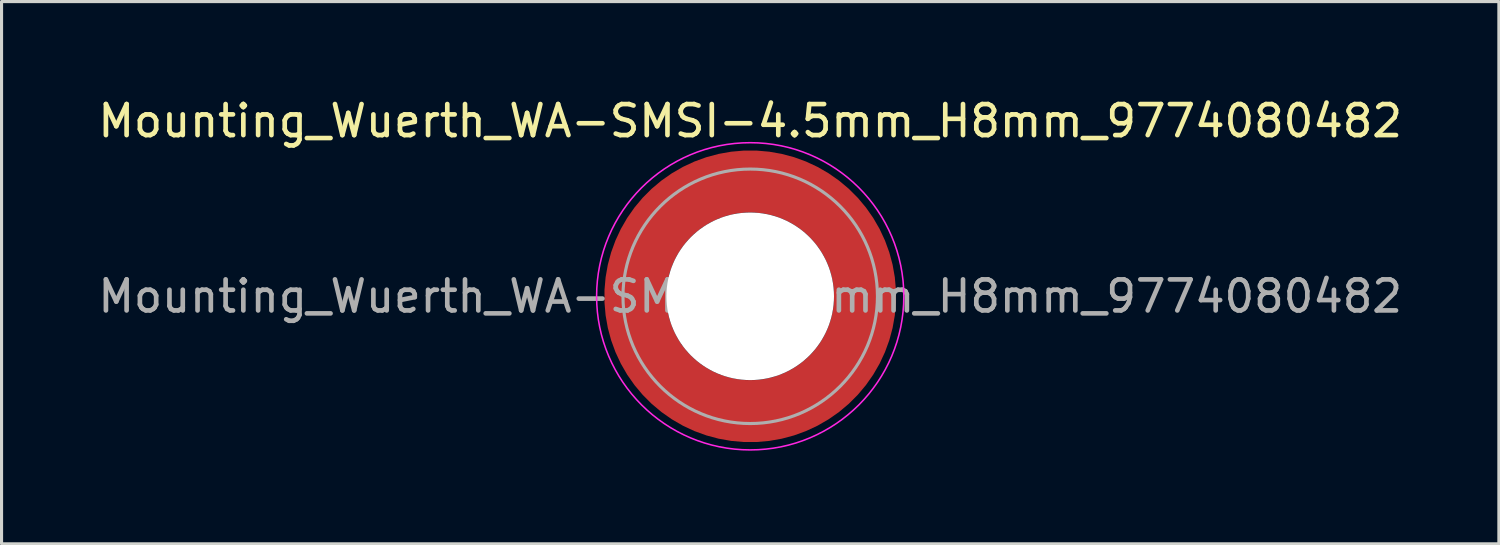
<source format=kicad_pcb>
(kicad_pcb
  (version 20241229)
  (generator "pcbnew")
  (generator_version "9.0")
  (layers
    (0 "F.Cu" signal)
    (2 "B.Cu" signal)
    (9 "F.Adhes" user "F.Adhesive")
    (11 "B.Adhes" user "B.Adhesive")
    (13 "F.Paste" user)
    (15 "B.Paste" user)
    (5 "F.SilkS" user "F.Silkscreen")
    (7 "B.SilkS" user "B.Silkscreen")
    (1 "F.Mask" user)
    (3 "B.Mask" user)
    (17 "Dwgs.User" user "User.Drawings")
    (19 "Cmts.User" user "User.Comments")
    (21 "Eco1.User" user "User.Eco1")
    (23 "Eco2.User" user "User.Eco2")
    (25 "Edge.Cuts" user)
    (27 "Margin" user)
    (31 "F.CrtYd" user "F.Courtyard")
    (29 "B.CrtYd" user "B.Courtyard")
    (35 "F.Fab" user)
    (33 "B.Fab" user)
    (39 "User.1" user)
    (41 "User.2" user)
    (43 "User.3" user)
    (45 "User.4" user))
  (footprint "Mounting_Wuerth_WA-SMSI-4.5mm_H8mm_9774080482"
    (layer "F.Cu")
    (at 21.125 6.498)
    (property "Reference" "Mounting_Wuerth_WA-SMSI-4.5mm_H8mm_9774080482" (at 0 -5.65 0) (layer "F.SilkS") (effects (font (size 1 1) (thickness 0.15))))
    (attr smd allow_soldermask_bridges)
    (fp_circle (center 0 0) (end 4.95 0) (stroke (width 0.05) (type solid)) (fill no) (layer "F.CrtYd"))
    (fp_circle (center 0 0) (end 4.1 0) (stroke (width 0.1) (type solid)) (fill no) (layer "F.Fab"))
    (fp_text user "${REFERENCE}" (at 0 0 0) (layer "F.Fab") (effects (font (size 1 1) (thickness 0.15))))
    (pad "" smd custom (at -2.607 -2.607) (size 0.948 0.948) (layers "F.Paste") (options (anchor circle)) (primitives (gr_arc (start -0.188183 2.107456) (mid 0.599273 0.599273) (end 2.107456 -0.188183) (width 0.2)) (gr_arc (start -0.289416 2.107456) (mid 0.52877 0.52877) (end 2.107456 -0.289416) (width 0.2)) (gr_arc (start -0.390547 2.107456) (mid 0.458268 0.458268) (end 2.107456 -0.390547) (width 0.2)) (gr_arc (start -0.491585 2.107456) (mid 0.387765 0.387765) (end 2.107456 -0.491585) (width 0.2)) (gr_arc (start -0.59254 2.107456) (mid 0.317262 0.317262) (end 2.107456 -0.59254) (width 0.2)) (gr_arc (start -0.693419 2.107456) (mid 0.246759 0.246759) (end 2.107456 -0.693419) (width 0.2)) (gr_arc (start -0.794229 2.107456) (mid 0.176257 0.176257) (end 2.107456 -0.794229) (width 0.2)) (gr_arc (start -0.894975 2.107456) (mid 0.105754 0.105754) (end 2.107456 -0.894975) (width 0.2)) (gr_arc (start -0.995664 2.107456) (mid 0.035251 0.035251) (end 2.107456 -0.995664) (width 0.2)) (gr_arc (start -1.0963 2.107456) (mid -0.035251 -0.035251) (end 2.107456 -1.0963) (width 0.2)) (gr_arc (start -1.196886 2.107456) (mid -0.105754 -0.105754) (end 2.107456 -1.196886) (width 0.2)) (gr_arc (start -1.297427 2.107456) (mid -0.176257 -0.176257) (end 2.107456 -1.297427) (width 0.2)) (gr_arc (start -1.397927 2.107456) (mid -0.246759 -0.246759) (end 2.107456 -1.397927) (width 0.2)) (gr_arc (start -1.498388 2.107456) (mid -0.317262 -0.317262) (end 2.107456 -1.498388) (width 0.2)) (gr_arc (start -1.598813 2.107456) (mid -0.387765 -0.387765) (end 2.107456 -1.598813) (width 0.2)) (gr_arc (start -1.699204 2.107456) (mid -0.458268 -0.458268) (end 2.107456 -1.699204) (width 0.2)) (gr_arc (start -1.799565 2.107456) (mid -0.52877 -0.52877) (end 2.107456 -1.799565) (width 0.2)) (gr_arc (start -1.899896 2.107456) (mid -0.599273 -0.599273) (end 2.107456 -1.899896) (width 0.2)) (gr_arc (start -1.899896 2.107456) (mid -0.599273 -0.599273) (end 2.107456 -1.899896) (width 0.2)) (gr_line (start 2.107 -0.188) (end 2.107 -1.9) (width 0.2)) (gr_line (start -0.188 2.107) (end -1.9 2.107) (width 0.2))))
    (pad "" smd custom (at -2.607 2.607) (size 0.948 0.948) (layers "F.Paste") (options (anchor circle)) (primitives (gr_arc (start 2.107456 0.188183) (mid 0.599273 -0.599273) (end -0.188183 -2.107456) (width 0.2)) (gr_arc (start 2.107456 0.289416) (mid 0.52877 -0.52877) (end -0.289416 -2.107456) (width 0.2)) (gr_arc (start 2.107456 0.390547) (mid 0.458268 -0.458268) (end -0.390547 -2.107456) (width 0.2)) (gr_arc (start 2.107456 0.491585) (mid 0.387765 -0.387765) (end -0.491585 -2.107456) (width 0.2)) (gr_arc (start 2.107456 0.59254) (mid 0.317262 -0.317262) (end -0.59254 -2.107456) (width 0.2)) (gr_arc (start 2.107456 0.693419) (mid 0.246759 -0.246759) (end -0.693419 -2.107456) (width 0.2)) (gr_arc (start 2.107456 0.794229) (mid 0.176257 -0.176257) (end -0.794229 -2.107456) (width 0.2)) (gr_arc (start 2.107456 0.894975) (mid 0.105754 -0.105754) (end -0.894975 -2.107456) (width 0.2)) (gr_arc (start 2.107456 0.995664) (mid 0.035251 -0.035251) (end -0.995664 -2.107456) (width 0.2)) (gr_arc (start 2.107456 1.0963) (mid -0.035251 0.035251) (end -1.0963 -2.107456) (width 0.2)) (gr_arc (start 2.107456 1.196886) (mid -0.105754 0.105754) (end -1.196886 -2.107456) (width 0.2)) (gr_arc (start 2.107456 1.297427) (mid -0.176257 0.176257) (end -1.297427 -2.107456) (width 0.2)) (gr_arc (start 2.107456 1.397927) (mid -0.246759 0.246759) (end -1.397927 -2.107456) (width 0.2)) (gr_arc (start 2.107456 1.498388) (mid -0.317262 0.317262) (end -1.498388 -2.107456) (width 0.2)) (gr_arc (start 2.107456 1.598813) (mid -0.387765 0.387765) (end -1.598813 -2.107456) (width 0.2)) (gr_arc (start 2.107456 1.699204) (mid -0.458268 0.458268) (end -1.699204 -2.107456) (width 0.2)) (gr_arc (start 2.107456 1.799565) (mid -0.52877 0.52877) (end -1.799565 -2.107456) (width 0.2)) (gr_arc (start 2.107456 1.899896) (mid -0.599273 0.599273) (end -1.899896 -2.107456) (width 0.2)) (gr_arc (start 2.107456 1.899896) (mid -0.599273 0.599273) (end -1.899896 -2.107456) (width 0.2)) (gr_line (start -0.188 -2.107) (end -1.9 -2.107) (width 0.2)) (gr_line (start 2.107 0.188) (end 2.107 1.9) (width 0.2))))
    (pad "" np_thru_hole circle (at 0 0) (size 5.4 5.4) (drill 5.4) (layers "*.Cu" "*.Mask"))
    (pad "" smd custom (at 2.607 -2.607) (size 0.948 0.948) (layers "F.Paste") (options (anchor circle)) (primitives (gr_arc (start -2.107456 -0.188183) (mid -0.599273 0.599273) (end 0.188183 2.107456) (width 0.2)) (gr_arc (start -2.107456 -0.289416) (mid -0.52877 0.52877) (end 0.289416 2.107456) (width 0.2)) (gr_arc (start -2.107456 -0.390547) (mid -0.458268 0.458268) (end 0.390547 2.107456) (width 0.2)) (gr_arc (start -2.107456 -0.491585) (mid -0.387765 0.387765) (end 0.491585 2.107456) (width 0.2)) (gr_arc (start -2.107456 -0.59254) (mid -0.317262 0.317262) (end 0.59254 2.107456) (width 0.2)) (gr_arc (start -2.107456 -0.693419) (mid -0.246759 0.246759) (end 0.693419 2.107456) (width 0.2)) (gr_arc (start -2.107456 -0.794229) (mid -0.176257 0.176257) (end 0.794229 2.107456) (width 0.2)) (gr_arc (start -2.107456 -0.894975) (mid -0.105754 0.105754) (end 0.894975 2.107456) (width 0.2)) (gr_arc (start -2.107456 -0.995664) (mid -0.035251 0.035251) (end 0.995664 2.107456) (width 0.2)) (gr_arc (start -2.107456 -1.0963) (mid 0.035251 -0.035251) (end 1.0963 2.107456) (width 0.2)) (gr_arc (start -2.107456 -1.196886) (mid 0.105754 -0.105754) (end 1.196886 2.107456) (width 0.2)) (gr_arc (start -2.107456 -1.297427) (mid 0.176257 -0.176257) (end 1.297427 2.107456) (width 0.2)) (gr_arc (start -2.107456 -1.397927) (mid 0.246759 -0.246759) (end 1.397927 2.107456) (width 0.2)) (gr_arc (start -2.107456 -1.498388) (mid 0.317262 -0.317262) (end 1.498388 2.107456) (width 0.2)) (gr_arc (start -2.107456 -1.598813) (mid 0.387765 -0.387765) (end 1.598813 2.107456) (width 0.2)) (gr_arc (start -2.107456 -1.699204) (mid 0.458268 -0.458268) (end 1.699204 2.107456) (width 0.2)) (gr_arc (start -2.107456 -1.799565) (mid 0.52877 -0.52877) (end 1.799565 2.107456) (width 0.2)) (gr_arc (start -2.107456 -1.899896) (mid 0.599273 -0.599273) (end 1.899896 2.107456) (width 0.2)) (gr_arc (start -2.107456 -1.899896) (mid 0.599273 -0.599273) (end 1.899896 2.107456) (width 0.2)) (gr_line (start 0.188 2.107) (end 1.9 2.107) (width 0.2)) (gr_line (start -2.107 -0.188) (end -2.107 -1.9) (width 0.2))))
    (pad "" smd custom (at 2.607 2.607) (size 0.948 0.948) (layers "F.Paste") (options (anchor circle)) (primitives (gr_arc (start 0.188183 -2.107456) (mid -0.599273 -0.599273) (end -2.107456 0.188183) (width 0.2)) (gr_arc (start 0.289416 -2.107456) (mid -0.52877 -0.52877) (end -2.107456 0.289416) (width 0.2)) (gr_arc (start 0.390547 -2.107456) (mid -0.458268 -0.458268) (end -2.107456 0.390547) (width 0.2)) (gr_arc (start 0.491585 -2.107456) (mid -0.387765 -0.387765) (end -2.107456 0.491585) (width 0.2)) (gr_arc (start 0.59254 -2.107456) (mid -0.317262 -0.317262) (end -2.107456 0.59254) (width 0.2)) (gr_arc (start 0.693419 -2.107456) (mid -0.246759 -0.246759) (end -2.107456 0.693419) (width 0.2)) (gr_arc (start 0.794229 -2.107456) (mid -0.176257 -0.176257) (end -2.107456 0.794229) (width 0.2)) (gr_arc (start 0.894975 -2.107456) (mid -0.105754 -0.105754) (end -2.107456 0.894975) (width 0.2)) (gr_arc (start 0.995664 -2.107456) (mid -0.035251 -0.035251) (end -2.107456 0.995664) (width 0.2)) (gr_arc (start 1.0963 -2.107456) (mid 0.035251 0.035251) (end -2.107456 1.0963) (width 0.2)) (gr_arc (start 1.196886 -2.107456) (mid 0.105754 0.105754) (end -2.107456 1.196886) (width 0.2)) (gr_arc (start 1.297427 -2.107456) (mid 0.176257 0.176257) (end -2.107456 1.297427) (width 0.2)) (gr_arc (start 1.397927 -2.107456) (mid 0.246759 0.246759) (end -2.107456 1.397927) (width 0.2)) (gr_arc (start 1.498388 -2.107456) (mid 0.317262 0.317262) (end -2.107456 1.498388) (width 0.2)) (gr_arc (start 1.598813 -2.107456) (mid 0.387765 0.387765) (end -2.107456 1.598813) (width 0.2)) (gr_arc (start 1.699204 -2.107456) (mid 0.458268 0.458268) (end -2.107456 1.699204) (width 0.2)) (gr_arc (start 1.799565 -2.107456) (mid 0.52877 0.52877) (end -2.107456 1.799565) (width 0.2)) (gr_arc (start 1.899896 -2.107456) (mid 0.599273 0.599273) (end -2.107456 1.899896) (width 0.2)) (gr_arc (start 1.899896 -2.107456) (mid 0.599273 0.599273) (end -2.107456 1.899896) (width 0.2)) (gr_line (start -2.107 0.188) (end -2.107 1.9) (width 0.2)) (gr_line (start 0.188 -2.107) (end 1.9 -2.107) (width 0.2))))
    (pad "1" smd circle (at -3.7 0) (size 1.492 1.492) (layers "F.Cu"))
    (pad "1" smd circle (at 0 -3.7) (size 1.492 1.492) (layers "F.Cu"))
    (pad "1" smd circle (at 0 3.7) (size 1.492 1.492) (layers "F.Cu"))
    (pad "1" smd custom (at 3.7 0) (size 2 2) (layers "F.Cu" "F.Mask") (options (anchor circle)) (primitives (gr_circle (center -3.7 0) (end 0 0) (width 2) (fill no)))))
  (gr_rect
    (start -3 -3)
    (end 45.25 14.473)
    (stroke (width 0.1) (type default))
    (fill no)
    (layer "Edge.Cuts")))
</source>
